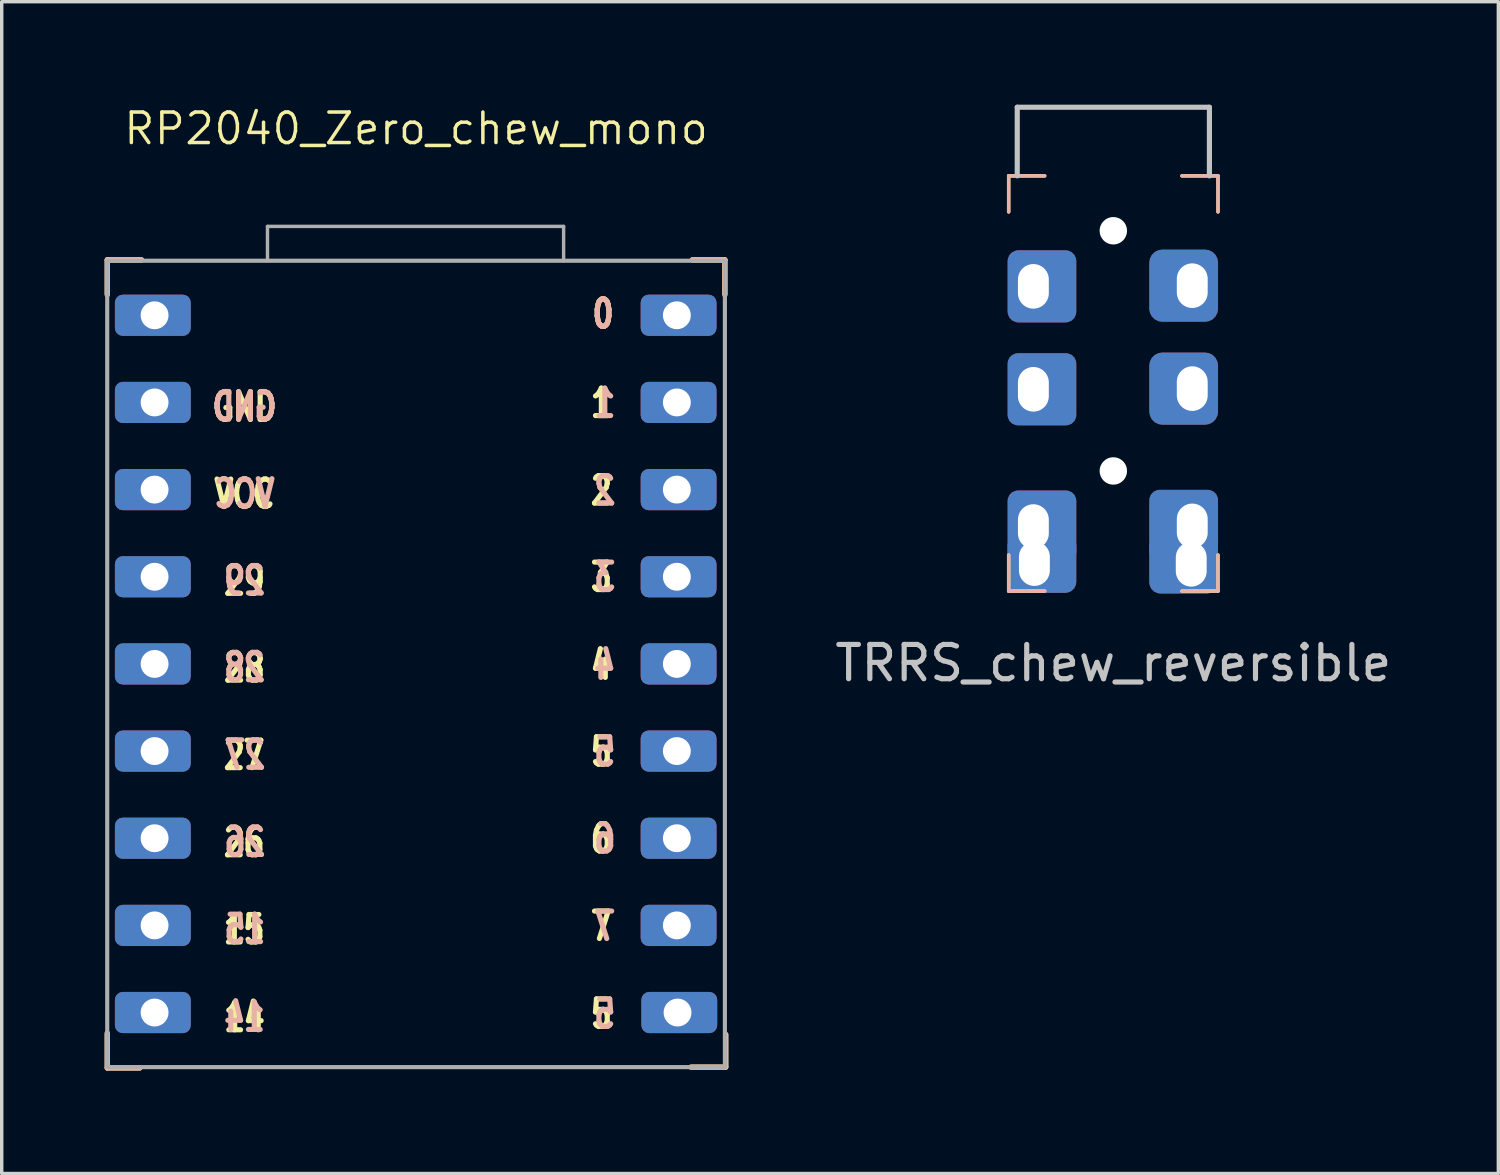
<source format=kicad_pcb>
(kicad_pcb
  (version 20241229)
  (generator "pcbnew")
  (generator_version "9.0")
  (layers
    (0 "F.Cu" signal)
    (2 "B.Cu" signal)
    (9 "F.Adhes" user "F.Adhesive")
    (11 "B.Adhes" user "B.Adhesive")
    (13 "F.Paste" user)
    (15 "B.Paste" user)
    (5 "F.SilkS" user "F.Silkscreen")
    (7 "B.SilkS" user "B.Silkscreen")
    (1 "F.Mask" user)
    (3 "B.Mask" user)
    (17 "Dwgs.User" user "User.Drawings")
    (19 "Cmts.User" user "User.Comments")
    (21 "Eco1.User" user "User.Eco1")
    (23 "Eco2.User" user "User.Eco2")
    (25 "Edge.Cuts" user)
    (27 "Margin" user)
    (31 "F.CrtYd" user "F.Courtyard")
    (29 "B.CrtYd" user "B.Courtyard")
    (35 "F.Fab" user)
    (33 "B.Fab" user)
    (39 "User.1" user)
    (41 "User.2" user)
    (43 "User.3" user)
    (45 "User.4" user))
  (footprint "TRRS_chew_reversible"
    (layer "F.Cu")
    (at 29.395 2.075)
    (property "Reference" "TRRS_chew_reversible" (at 0 14.2 0) (layer "Dwgs.User") (effects (font (size 1 1) (thickness 0.15))))
    (attr through_hole)
    (fp_line (start -3.05 12.1) (end -3.05 11.05) (stroke (width 0.1) (type default)) (layer "F.SilkS"))
    (fp_line (start -3.05 1.05) (end -3.05 0.000002) (stroke (width 0.1) (type default)) (layer "F.SilkS"))
    (fp_line (start -2 12.1) (end -3.05 12.1) (stroke (width 0.1) (type default)) (layer "F.SilkS"))
    (fp_line (start -2 0.000001) (end -3.05 0.000002) (stroke (width 0.1) (type default)) (layer "F.SilkS"))
    (fp_line (start 3.05 0) (end 2 0.000001) (stroke (width 0.1) (type default)) (layer "F.SilkS"))
    (fp_line (start 3.05 12.1) (end 2 12.1) (stroke (width 0.1) (type default)) (layer "F.SilkS"))
    (fp_line (start 3.05 12.1) (end 3.05 11.05) (stroke (width 0.1) (type default)) (layer "F.SilkS"))
    (fp_line (start 3.05 1.05) (end 3.05 0) (stroke (width 0.1) (type default)) (layer "F.SilkS"))
    (fp_line (start -3.05 12.1) (end -2 12.1) (stroke (width 0.1) (type default)) (layer "B.SilkS"))
    (fp_line (start -3.05 0.000002) (end -3.05 1.05) (stroke (width 0.1) (type default)) (layer "B.SilkS"))
    (fp_line (start -3.05 0.000002) (end -2 0.000001) (stroke (width 0.1) (type default)) (layer "B.SilkS"))
    (fp_line (start -3.05 11.05) (end -3.05 12.1) (stroke (width 0.1) (type default)) (layer "B.SilkS"))
    (fp_line (start 2 0.000001) (end 3.05 0) (stroke (width 0.1) (type default)) (layer "B.SilkS"))
    (fp_line (start 2 12.1) (end 3.05 12.1) (stroke (width 0.1) (type default)) (layer "B.SilkS"))
    (fp_line (start 3.05 0) (end 3.05 1.05) (stroke (width 0.1) (type default)) (layer "B.SilkS"))
    (fp_line (start 3.05 11.05) (end 3.05 12.1) (stroke (width 0.1) (type default)) (layer "B.SilkS"))
    (fp_line (start -2.8 0.000001) (end -2.8 -2) (stroke (width 0.15) (type solid)) (layer "Dwgs.User"))
    (fp_line (start 2.8 -2) (end -2.8 -2) (stroke (width 0.15) (type solid)) (layer "Dwgs.User"))
    (fp_line (start 2.8 0.000001) (end 2.8 -2) (stroke (width 0.15) (type solid)) (layer "Dwgs.User"))
    (pad "" np_thru_hole circle (at 0 1.6) (size 0.8 0.8) (drill 0.8) (layers "*.Cu" "*.Mask"))
    (pad "" np_thru_hole circle (at 0.000002 8.6) (size 0.8 0.8) (drill 0.8) (layers "*.Cu" "*.Mask"))
    (pad "R1" thru_hole roundrect (at -2.33 6.22 180) (size 2 2.1) (drill oval 0.9 1.3 (offset -0.25 0)) (layers "*.Cu" "*.Mask") (roundrect_rratio 0.15))
    (pad "R1" thru_hole roundrect (at 2.3 6.2) (size 2 2.1) (drill oval 0.9 1.3 (offset -0.25 0)) (layers "*.Cu" "*.Mask") (roundrect_rratio 0.188))
    (pad "R2" thru_hole roundrect (at -2.33 3.22 180) (size 2 2.1) (drill oval 0.9 1.3 (offset -0.25 0)) (layers "*.Cu" "*.Mask") (roundrect_rratio 0.156))
    (pad "R2" thru_hole roundrect (at 2.3 3.2) (size 2 2.1) (drill oval 0.9 1.3 (offset -0.25 0)) (layers "*.Cu" "*.Mask") (roundrect_rratio 0.188))
    (pad "S" thru_hole roundrect (at -2.3 11.3) (size 2 1.7) (drill oval 0.9 1.3 (offset 0.22 0)) (layers "*.Cu" "*.Mask") (roundrect_rratio 0.188))
    (pad "S" thru_hole roundrect (at 2.27 11.32 180) (size 2 1.7) (drill oval 0.9 1.3 (offset 0.22 0)) (layers "*.Cu" "*.Mask") (roundrect_rratio 0.188))
    (pad "T" thru_hole roundrect (at -2.33 10.22 180) (size 2 2.1) (drill oval 0.9 1.3 (offset -0.25 0)) (layers "*.Cu" "*.Mask") (roundrect_rratio 0.15))
    (pad "T" thru_hole roundrect (at 2.3 10.2) (size 2 2.1) (drill oval 0.9 1.3 (offset -0.25 0)) (layers "*.Cu" "*.Mask") (roundrect_rratio 0.15)))
  (footprint "RP2040_Zero_chew_mono"
    (layer "F.Cu")
    (at 9.075 16.298)
    (property "Reference" "RP2040_Zero_chew_mono" (at 0 -15.6 0) (layer "F.SilkS") (effects (font (size 0.889 0.889) (thickness 0.102))))
    (attr through_hole exclude_from_pos_files)
    (fp_line (start -9 -11.775) (end -9 -10.775) (stroke (width 0.15) (type solid)) (layer "F.SilkS"))
    (fp_line (start -9 -11.775) (end -8 -11.775) (stroke (width 0.15) (type solid)) (layer "F.SilkS"))
    (fp_line (start -9 11.775) (end -9 10.775) (stroke (width 0.15) (type solid)) (layer "F.SilkS"))
    (fp_line (start -9 11.775) (end -8.05 11.775) (stroke (width 0.15) (type solid)) (layer "F.SilkS"))
    (fp_line (start 9 -11.775) (end 8.05 -11.775) (stroke (width 0.15) (type solid)) (layer "F.SilkS"))
    (fp_line (start 9 -11.775) (end 9 -10.775) (stroke (width 0.15) (type solid)) (layer "F.SilkS"))
    (fp_line (start 9.025 11.75) (end 8.025 11.75) (stroke (width 0.15) (type solid)) (layer "F.SilkS"))
    (fp_line (start 9.025 11.75) (end 9.025 10.8) (stroke (width 0.15) (type solid)) (layer "F.SilkS"))
    (fp_line (start -9 -11.775) (end -8 -11.775) (stroke (width 0.15) (type solid)) (layer "B.SilkS"))
    (fp_line (start -9 -11.75) (end -9 -10.75) (stroke (width 0.15) (type solid)) (layer "B.SilkS"))
    (fp_line (start -9 11.75) (end -9 10.75) (stroke (width 0.15) (type solid)) (layer "B.SilkS"))
    (fp_line (start -9 11.775) (end -8.05 11.775) (stroke (width 0.15) (type solid)) (layer "B.SilkS"))
    (fp_line (start 9 -11.775) (end 8.05 -11.775) (stroke (width 0.15) (type solid)) (layer "B.SilkS"))
    (fp_line (start 9 -11.75) (end 9 -10.75) (stroke (width 0.15) (type solid)) (layer "B.SilkS"))
    (fp_line (start 9 11.75) (end 8 11.75) (stroke (width 0.15) (type solid)) (layer "B.SilkS"))
    (fp_line (start 9.025 11.75) (end 9.025 10.8) (stroke (width 0.15) (type solid)) (layer "B.SilkS"))
    (fp_line (start -9 -11.75) (end -9 11.75) (stroke (width 0.12) (type solid)) (layer "F.Fab"))
    (fp_line (start -9 11.75) (end 9 11.75) (stroke (width 0.12) (type solid)) (layer "F.Fab"))
    (fp_line (start -4.33 -12.75) (end -4.33 -11.75) (stroke (width 0.1) (type solid)) (layer "F.Fab"))
    (fp_line (start -4.33 -12.75) (end 4.3 -12.75) (stroke (width 0.1) (type solid)) (layer "F.Fab"))
    (fp_line (start 4.3 -12.75) (end 4.3 -11.75) (stroke (width 0.1) (type solid)) (layer "F.Fab"))
    (fp_line (start 9 -11.75) (end -9 -11.75) (stroke (width 0.12) (type solid)) (layer "F.Fab"))
    (fp_line (start 9 11.75) (end 9 -11.75) (stroke (width 0.12) (type solid)) (layer "F.Fab"))
    (fp_text user "29" (at -5 -2.42 0) (layer "F.SilkS") (effects (font (size 0.8 0.6) (thickness 0.15) (bold yes))))
    (fp_text user "14" (at -5 10.3 0) (layer "F.SilkS") (effects (font (size 0.8 0.6) (thickness 0.15) (bold yes))))
    (fp_text user "5" (at 5.4 2.56 0) (layer "F.SilkS") (effects (font (size 0.8 0.6) (thickness 0.15) (bold yes))))
    (fp_text user "28" (at -5 0.11 0) (layer "F.SilkS") (effects (font (size 0.8 0.6) (thickness 0.15) (bold yes))))
    (fp_text user "VCC" (at -5 -4.95 0) (layer "F.SilkS") (effects (font (size 0.8 0.6) (thickness 0.15) (bold yes))))
    (fp_text user "0" (at 5.45 -10.2 0) (layer "F.SilkS") (effects (font (size 0.8 0.6) (thickness 0.15) (bold yes))))
    (fp_text user "27" (at -5.01 2.66 0) (layer "F.SilkS") (effects (font (size 0.8 0.6) (thickness 0.15) (bold yes))))
    (fp_text user "15" (at -5.01 7.74 0) (layer "F.SilkS") (effects (font (size 0.8 0.6) (thickness 0.15) (bold yes))))
    (fp_text user "4" (at 5.4 0.03 0) (layer "F.SilkS") (effects (font (size 0.8 0.6) (thickness 0.15) (bold yes))))
    (fp_text user "7" (at 5.4 7.64 0) (layer "F.SilkS") (effects (font (size 0.8 0.6) (thickness 0.15) (bold yes))))
    (fp_text user "1" (at 5.4 -7.6 0) (layer "F.SilkS") (effects (font (size 0.8 0.6) (thickness 0.15) (bold yes))))
    (fp_text user "2" (at 5.4 -5.05 0) (layer "F.SilkS") (effects (font (size 0.8 0.6) (thickness 0.15) (bold yes))))
    (fp_text user "5" (at 5.4 10.2 0) (layer "F.SilkS") (effects (font (size 0.8 0.6) (thickness 0.15) (bold yes))))
    (fp_text user "3" (at 5.4 -2.53 0) (layer "F.SilkS") (effects (font (size 0.8 0.6) (thickness 0.15) (bold yes))))
    (fp_text user "26" (at -5.01 5.2 0) (layer "F.SilkS") (effects (font (size 0.8 0.6) (thickness 0.15) (bold yes))))
    (fp_text user "6" (at 5.4 5.09 0) (layer "F.SilkS") (effects (font (size 0.8 0.6) (thickness 0.15) (bold yes))))
    (fp_text user "GND" (at -5 -7.49 0) (layer "F.SilkS") (effects (font (size 0.8 0.6) (thickness 0.15) (bold yes))))
    (fp_text user "28" (at -5 0.1 0) (layer "B.SilkS") (effects (font (size 0.8 0.6) (thickness 0.15) (bold yes)) (justify mirror)))
    (fp_text user "0" (at 5.45 -10.2 0) (layer "B.SilkS") (effects (font (size 0.8 0.6) (thickness 0.15) (bold yes)) (justify mirror)))
    (fp_text user "15" (at -4.99 7.73 0) (layer "B.SilkS") (effects (font (size 0.8 0.6) (thickness 0.15) (bold yes)) (justify mirror)))
    (fp_text user "GND" (at -5 -7.5 0) (layer "B.SilkS") (effects (font (size 0.8 0.6) (thickness 0.15) (bold yes)) (justify mirror)))
    (fp_text user "3" (at 5.5 -2.53 0) (layer "B.SilkS") (effects (font (size 0.8 0.6) (thickness 0.15) (bold yes)) (justify mirror)))
    (fp_text user "14" (at -5 10.29 0) (layer "B.SilkS") (effects (font (size 0.8 0.6) (thickness 0.15) (bold yes)) (justify mirror)))
    (fp_text user "5" (at 5.5 10.2 0) (layer "B.SilkS") (effects (font (size 0.8 0.6) (thickness 0.15) (bold yes)) (justify mirror)))
    (fp_text user "VCC" (at -5 -4.96 0) (layer "B.SilkS") (effects (font (size 0.8 0.6) (thickness 0.15) (bold yes)) (justify mirror)))
    (fp_text user "7" (at 5.5 7.64 0) (layer "B.SilkS") (effects (font (size 0.8 0.6) (thickness 0.15) (bold yes)) (justify mirror)))
    (fp_text user "27" (at -4.99 2.65 0) (layer "B.SilkS") (effects (font (size 0.8 0.6) (thickness 0.15) (bold yes)) (justify mirror)))
    (fp_text user "4" (at 5.5 0.03 0) (layer "B.SilkS") (effects (font (size 0.8 0.6) (thickness 0.15) (bold yes)) (justify mirror)))
    (fp_text user "2" (at 5.5 -5.05 0) (layer "B.SilkS") (effects (font (size 0.8 0.6) (thickness 0.15) (bold yes)) (justify mirror)))
    (fp_text user "1" (at 5.5 -7.6 0) (layer "B.SilkS") (effects (font (size 0.8 0.6) (thickness 0.15) (bold yes)) (justify mirror)))
    (fp_text user "29" (at -5 -2.43 0) (layer "B.SilkS") (effects (font (size 0.8 0.6) (thickness 0.15) (bold yes)) (justify mirror)))
    (fp_text user "6" (at 5.5 5.09 0) (layer "B.SilkS") (effects (font (size 0.8 0.6) (thickness 0.15) (bold yes)) (justify mirror)))
    (fp_text user "26" (at -4.99 5.19 0) (layer "B.SilkS") (effects (font (size 0.8 0.6) (thickness 0.15) (bold yes)) (justify mirror)))
    (fp_text user "5" (at 5.5 2.56 0) (layer "B.SilkS") (effects (font (size 0.8 0.6) (thickness 0.15) (bold yes)) (justify mirror)))
    (pad "1" thru_hole roundrect (at 7.6 -10.16) (size 2.21 1.2) (drill 0.813 (offset 0.051 0)) (layers "*.Cu" "*.Mask") (roundrect_rratio 0.191))
    (pad "2" thru_hole roundrect (at 7.6 -7.62) (size 2.21 1.2) (drill 0.813 (offset 0.051 0)) (layers "*.Cu" "*.Mask") (roundrect_rratio 0.191))
    (pad "3" thru_hole roundrect (at 7.6 -5.08) (size 2.21 1.2) (drill 0.813 (offset 0.051 0)) (layers "*.Cu" "*.Mask") (roundrect_rratio 0.191))
    (pad "4" thru_hole roundrect (at 7.6 -2.54) (size 2.21 1.2) (drill 0.813 (offset 0.051 0)) (layers "*.Cu" "*.Mask") (roundrect_rratio 0.191))
    (pad "5" thru_hole roundrect (at 7.6 0.000004) (size 2.21 1.2) (drill 0.813 (offset 0.051 0)) (layers "*.Cu" "*.Mask") (roundrect_rratio 0.191))
    (pad "6" thru_hole roundrect (at 7.6 2.54) (size 2.21 1.2) (drill 0.813 (offset 0.051 0)) (layers "*.Cu" "*.Mask") (roundrect_rratio 0.191))
    (pad "7" thru_hole roundrect (at 7.6 5.08) (size 2.21 1.2) (drill 0.813 (offset 0.051 0)) (layers "*.Cu" "*.Mask") (roundrect_rratio 0.191))
    (pad "8" thru_hole roundrect (at 7.6 7.62) (size 2.21 1.2) (drill 0.813 (offset 0.051 0)) (layers "*.Cu" "*.Mask") (roundrect_rratio 0.191))
    (pad "9" thru_hole roundrect (at 7.62 10.16) (size 2.21 1.2) (drill 0.813 (offset 0.051 0)) (layers "*.Cu" "*.Mask") (roundrect_rratio 0.191))
    (pad "15" thru_hole roundrect (at -7.62 10.16) (size 2.21 1.2) (drill 0.813 (offset -0.051 0)) (layers "*.Cu" "*.Mask") (roundrect_rratio 0.191))
    (pad "16" thru_hole roundrect (at -7.62 7.62) (size 2.21 1.2) (drill 0.813 (offset -0.051 0)) (layers "*.Cu" "*.Mask") (roundrect_rratio 0.191))
    (pad "17" thru_hole roundrect (at -7.62 5.08) (size 2.21 1.2) (drill 0.813 (offset -0.051 0)) (layers "*.Cu" "*.Mask") (roundrect_rratio 0.191))
    (pad "18" thru_hole roundrect (at -7.62 2.54) (size 2.21 1.2) (drill 0.813 (offset -0.051 0)) (layers "*.Cu" "*.Mask") (roundrect_rratio 0.191))
    (pad "19" thru_hole roundrect (at -7.62 -0.000001) (size 2.21 1.2) (drill 0.813 (offset -0.051 0)) (layers "*.Cu" "*.Mask") (roundrect_rratio 0.191))
    (pad "20" thru_hole roundrect (at -7.62 -2.54) (size 2.21 1.2) (drill 0.813 (offset -0.051 0)) (layers "*.Cu" "*.Mask") (roundrect_rratio 0.191))
    (pad "21" thru_hole roundrect (at -7.62 -5.08) (size 2.21 1.2) (drill 0.813 (offset -0.051 0)) (layers "*.Cu" "*.Mask") (roundrect_rratio 0.191))
    (pad "22" thru_hole roundrect (at -7.62 -7.62) (size 2.21 1.2) (drill 0.813 (offset -0.051 0)) (layers "*.Cu" "*.Mask") (roundrect_rratio 0.191))
    (pad "23" thru_hole roundrect (at -7.62 -10.16) (size 2.21 1.2) (drill 0.813 (offset -0.051 0)) (layers "*.Cu" "*.Mask") (roundrect_rratio 0.191)))
  (gr_rect
    (start -3 -3)
    (end 40.615 31.148)
    (stroke (width 0.1) (type default))
    (fill no)
    (layer "Edge.Cuts")))
</source>
